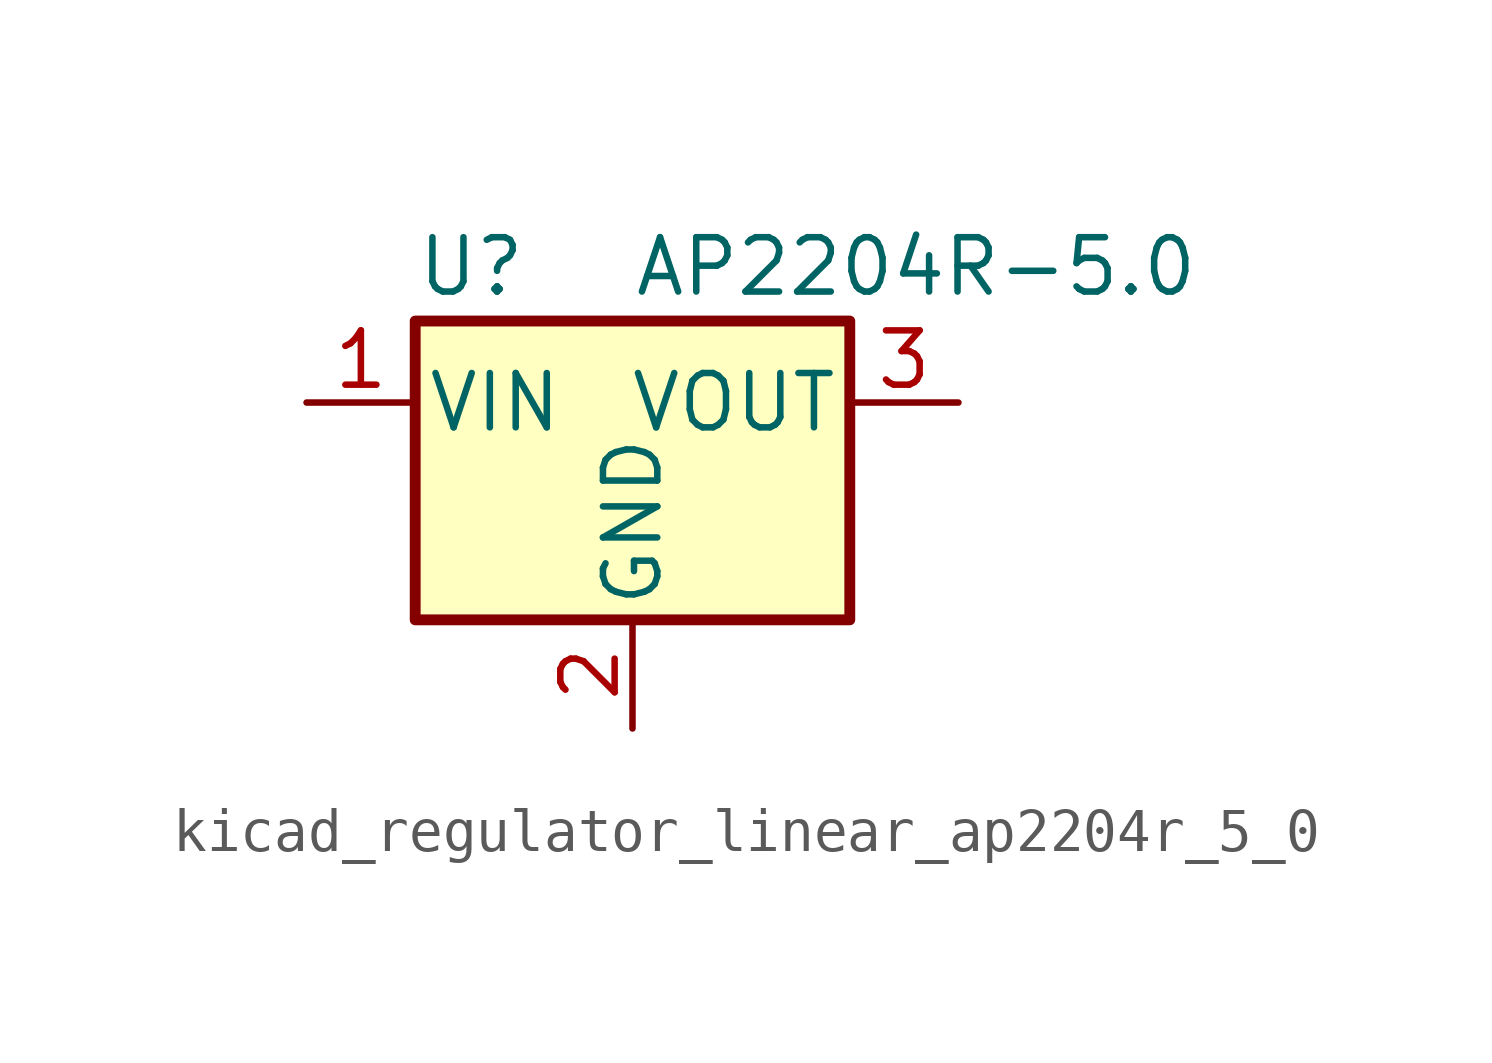
<source format=kicad_sym>
(kicad_symbol_lib
  (version 20220914)
  (generator kicad_symbol_editor)
  (symbol "kicad_regulator_linear_ap2204r_5_0"
    (pin_names
      (offset 0.254))
    (property "Reference" "U"
      (at -5.08 3.175 0)
      (effects (font (size 1.27 1.27)) (justify left)))
    (property "Value" "AP2204R-5.0"
      (at 0 3.175 0)
      (effects (font (size 1.27 1.27)) (justify left)))
    (symbol "kicad_regulator_linear_ap2204r_5_0_0_1"
      (rectangle (start -5.08 1.905) (end 5.08 -5.08) (stroke (width 0.254) (type default)) (fill (type background))))
    (symbol "kicad_regulator_linear_ap2204r_5_0_1_1"
      (pin power_in line (at -7.62 0 0) (length 2.54) (name "VIN" (effects (font (size 1.27 1.27)))) (number "1" (effects (font (size 1.27 1.27)))))
      (pin power_in line (at 0 -7.62 90) (length 2.54) (name "GND" (effects (font (size 1.27 1.27)))) (number "2" (effects (font (size 1.27 1.27)))))
      (pin power_out line (at 7.62 0 180) (length 2.54) (name "VOUT" (effects (font (size 1.27 1.27)))) (number "3" (effects (font (size 1.27 1.27))))))))
</source>
